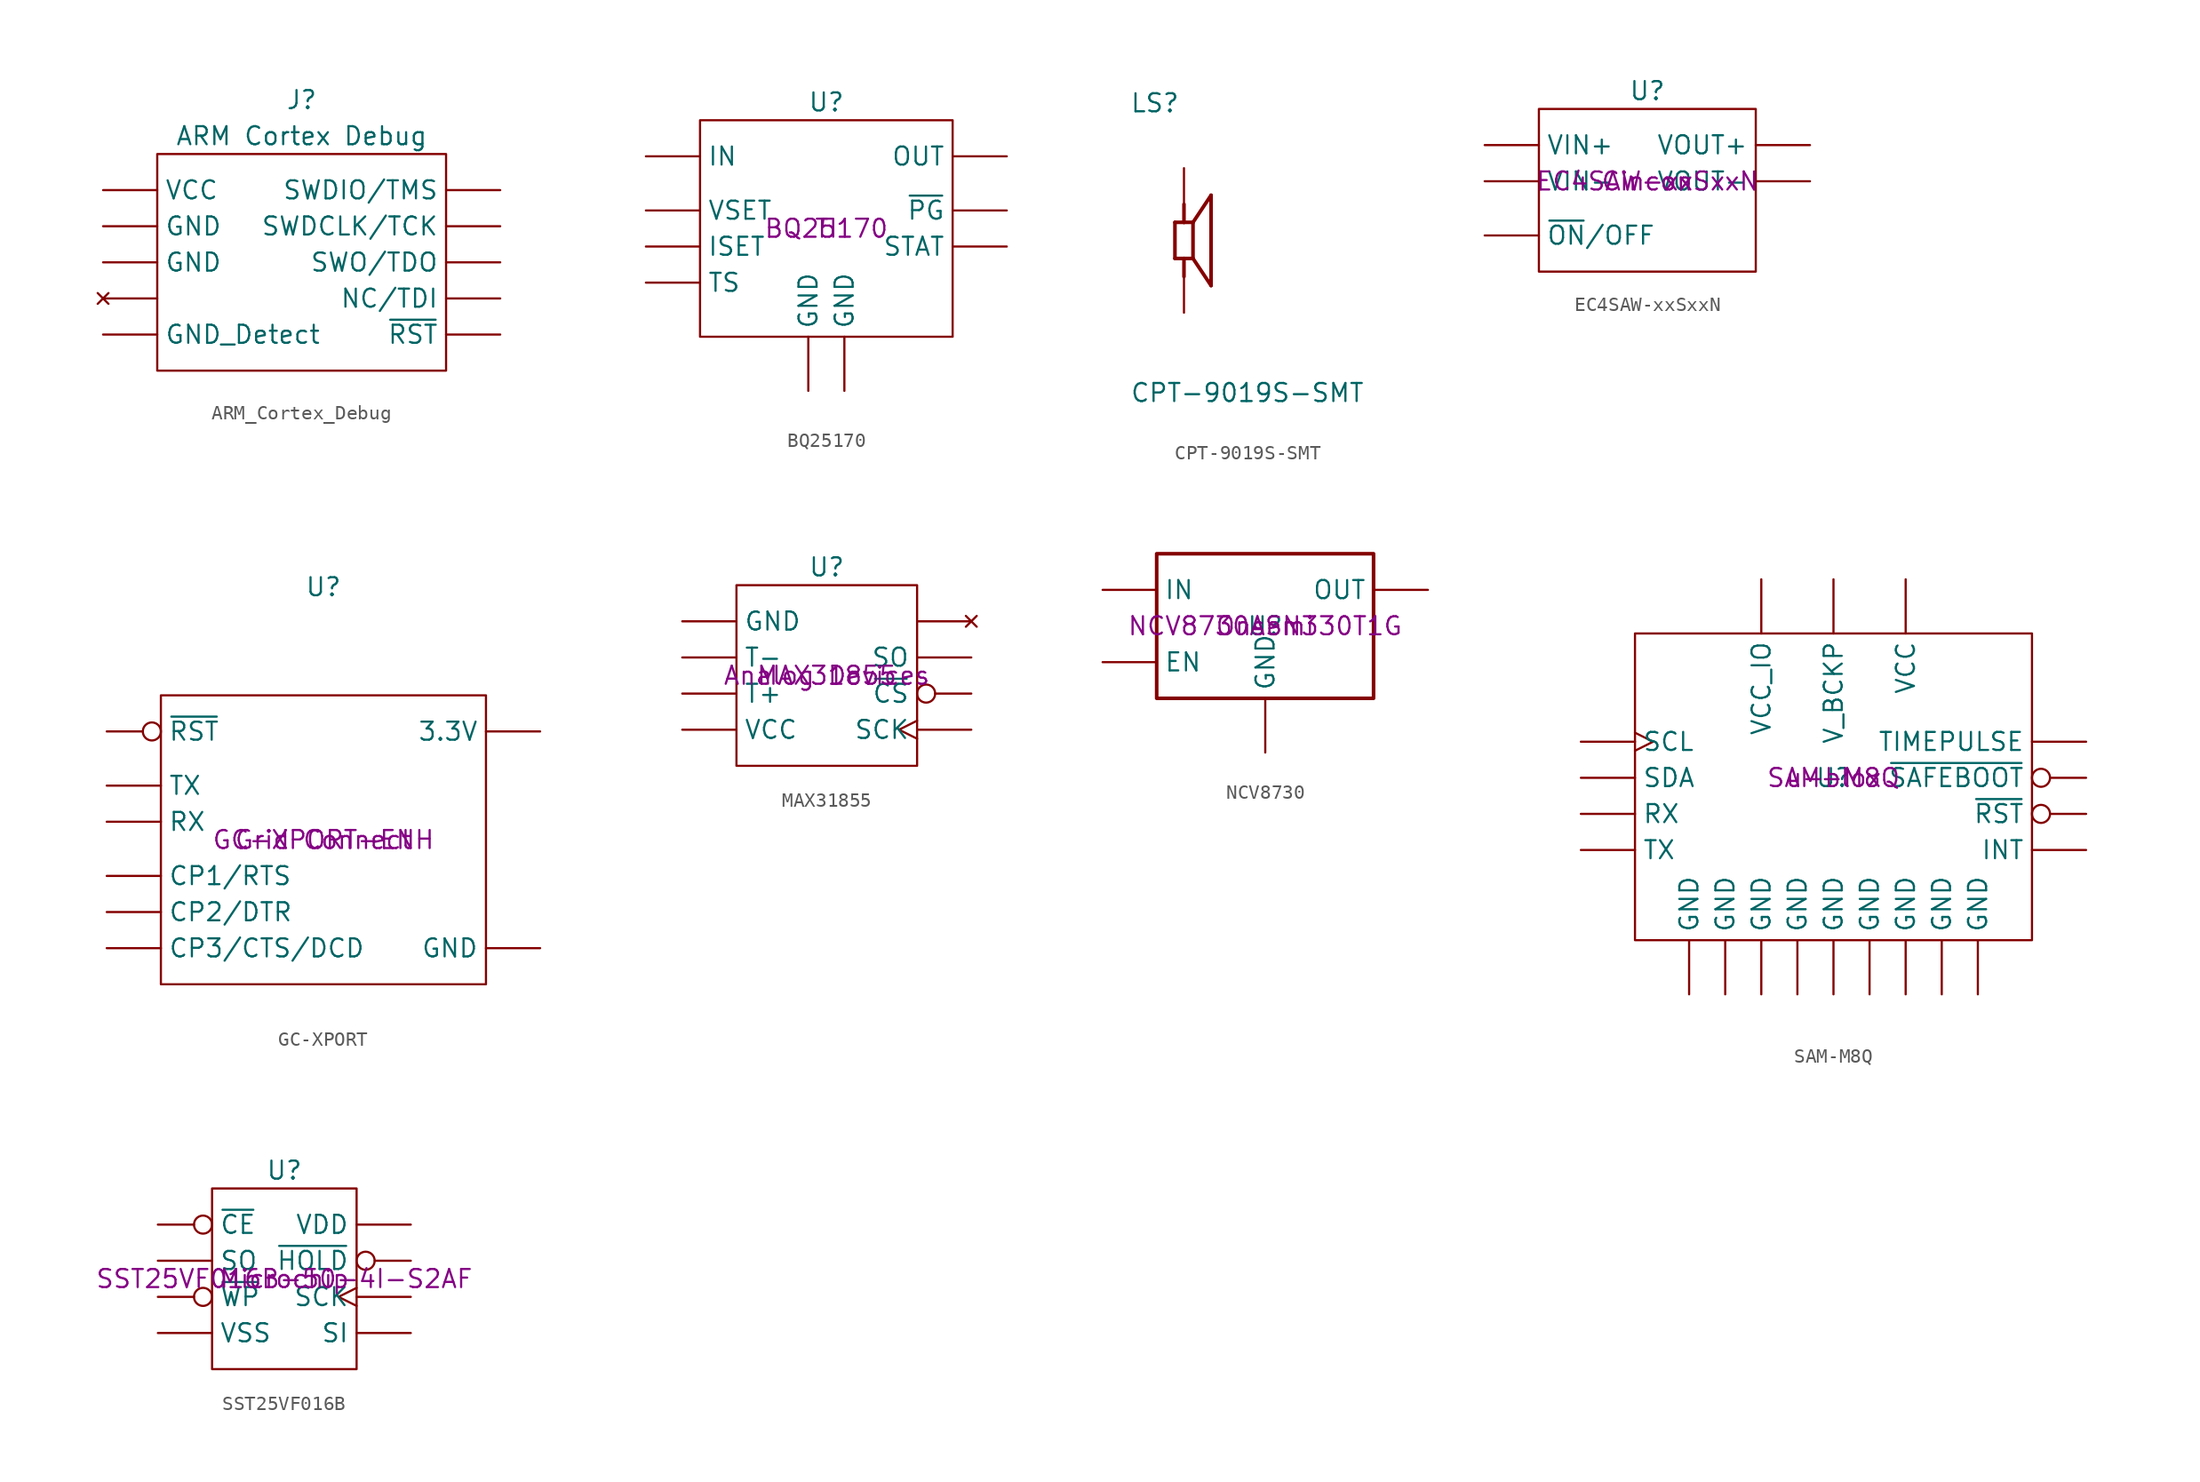
<source format=kicad_sym>
(kicad_symbol_lib
  (version 20220914)
  (generator kicad_symbol_editor)
  (symbol "ARM_Cortex_Debug"
    (pin_numbers hide)
    (property "Reference" "J"
      (at 0 11.43 0)
      (effects (font (size 1.27 1.27))))
    (property "Value" "ARM Cortex Debug"
      (at 0 8.89 0)
      (effects (font (size 1.27 1.27))))
    (symbol "ARM_Cortex_Debug_0_1"
      (rectangle (start -10.16 7.62) (end 10.16 -7.62) (stroke (width 0) (type default)) (fill (type none))))
    (symbol "ARM_Cortex_Debug_1_1"
      (pin passive line (at -13.97 5.08 0) (length 3.81) (name "VCC" (effects (font (size 1.27 1.27)))) (number "1" (effects (font (size 1.27 1.27)))))
      (pin passive line (at 13.97 -5.08 180) (length 3.81) (name "~{RST}" (effects (font (size 1.27 1.27)))) (number "10" (effects (font (size 1.27 1.27)))))
      (pin passive line (at 13.97 5.08 180) (length 3.81) (name "SWDIO/TMS" (effects (font (size 1.27 1.27)))) (number "2" (effects (font (size 1.27 1.27)))))
      (pin passive line (at -13.97 2.54 0) (length 3.81) (name "GND" (effects (font (size 1.27 1.27)))) (number "3" (effects (font (size 1.27 1.27)))))
      (pin passive line (at 13.97 2.54 180) (length 3.81) (name "SWDCLK/TCK" (effects (font (size 1.27 1.27)))) (number "4" (effects (font (size 1.27 1.27)))))
      (pin passive line (at -13.97 0 0) (length 3.81) (name "GND" (effects (font (size 1.27 1.27)))) (number "5" (effects (font (size 1.27 1.27)))))
      (pin passive line (at 13.97 0 180) (length 3.81) (name "SWO/TDO" (effects (font (size 1.27 1.27)))) (number "6" (effects (font (size 1.27 1.27)))))
      (pin no_connect line (at -13.97 -2.54 0) (length 3.81) (name "" (effects (font (size 1.27 1.27)))) (number "7" (effects (font (size 1.27 1.27)))))
      (pin passive line (at 13.97 -2.54 180) (length 3.81) (name "NC/TDI" (effects (font (size 1.27 1.27)))) (number "8" (effects (font (size 1.27 1.27)))))
      (pin passive line (at -13.97 -5.08 0) (length 3.81) (name "GND_Detect" (effects (font (size 1.27 1.27)))) (number "9" (effects (font (size 1.27 1.27)))))))
  (symbol "BQ25170"
    (pin_numbers hide)
    (property "Reference" "U"
      (at 0 8.89 0)
      (effects (font (size 1.27 1.27))))
    (property "Value" ""
      (at 0 1.27 0)
      (effects (font (size 1.27 1.27))))
    (property "Manufacturer" "TI"
      (at 0 0 0)
      (effects (font (size 1.27 1.27))))
    (property "Part #" "BQ25170"
      (at 0 0 0)
      (effects (font (size 1.27 1.27))))
    (symbol "BQ25170_0_1"
      (rectangle (start -8.89 7.62) (end 8.89 -7.62) (stroke (width 0) (type default)) (fill (type none))))
    (symbol "BQ25170_1_1"
      (pin power_in line (at -12.7 5.08 0) (length 3.81) (name "IN" (effects (font (size 1.27 1.27)))) (number "1" (effects (font (size 1.27 1.27)))))
      (pin input line (at -12.7 -1.27 0) (length 3.81) (name "ISET" (effects (font (size 1.27 1.27)))) (number "2" (effects (font (size 1.27 1.27)))))
      (pin input line (at -12.7 -3.81 0) (length 3.81) (name "TS" (effects (font (size 1.27 1.27)))) (number "3" (effects (font (size 1.27 1.27)))))
      (pin power_in line (at -1.27 -11.43 90) (length 3.81) (name "GND" (effects (font (size 1.27 1.27)))) (number "4" (effects (font (size 1.27 1.27)))))
      (pin output line (at 12.7 -1.27 180) (length 3.81) (name "STAT" (effects (font (size 1.27 1.27)))) (number "5" (effects (font (size 1.27 1.27)))))
      (pin output line (at 12.7 1.27 180) (length 3.81) (name "~{PG}" (effects (font (size 1.27 1.27)))) (number "6" (effects (font (size 1.27 1.27)))))
      (pin input line (at -12.7 1.27 0) (length 3.81) (name "VSET" (effects (font (size 1.27 1.27)))) (number "7" (effects (font (size 1.27 1.27)))))
      (pin power_out line (at 12.7 5.08 180) (length 3.81) (name "OUT" (effects (font (size 1.27 1.27)))) (number "8" (effects (font (size 1.27 1.27)))))
      (pin power_in line (at 1.27 -11.43 90) (length 3.81) (name "GND" (effects (font (size 1.27 1.27)))) (number "9" (effects (font (size 1.27 1.27)))))))
  (symbol "CPT-9019S-SMT"
    (pin_numbers hide)
    (pin_names
      (offset 1.016) hide)
    (property "Reference" "LS"
      (at -3.81 8.915 0)
      (effects (font (size 1.27 1.27)) (justify left bottom)))
    (property "Value" "CPT-9019S-SMT"
      (at -3.81 -11.455 0)
      (effects (font (size 1.27 1.27)) (justify left bottom)))
    (property "ki_locked" ""
      (at 0 0 0)
      (effects (font (size 1.27 1.27))))
    (symbol "CPT-9019S-SMT_0_0"
      (polyline (pts (xy -0.635 -1.27) (xy -0.635 1.27)) (stroke (width 0.254) (type solid)) (fill (type none)))
      (polyline (pts (xy -0.635 1.27) (xy 0 1.27)) (stroke (width 0.254) (type solid)) (fill (type none)))
      (polyline (pts (xy 0 -1.27) (xy -0.635 -1.27)) (stroke (width 0.254) (type solid)) (fill (type none)))
      (polyline (pts (xy 0 -1.27) (xy 0 -2.54)) (stroke (width 0.254) (type solid)) (fill (type none)))
      (polyline (pts (xy 0 1.27) (xy 0 2.54)) (stroke (width 0.254) (type solid)) (fill (type none)))
      (polyline (pts (xy 0 1.27) (xy 0.635 1.27)) (stroke (width 0.254) (type solid)) (fill (type none)))
      (polyline (pts (xy 0.635 -1.27) (xy 0 -1.27)) (stroke (width 0.254) (type solid)) (fill (type none)))
      (polyline (pts (xy 0.635 1.27) (xy 0.635 -1.27)) (stroke (width 0.254) (type solid)) (fill (type none)))
      (polyline (pts (xy 0.635 1.27) (xy 1.905 3.175)) (stroke (width 0.254) (type solid)) (fill (type none)))
      (polyline (pts (xy 1.905 -3.175) (xy 0.635 -1.27)) (stroke (width 0.254) (type solid)) (fill (type none)))
      (polyline (pts (xy 1.905 3.175) (xy 1.905 -3.175)) (stroke (width 0.254) (type solid)) (fill (type none)))
      (pin passive line (at 0 5.08 270) (length 2.54) (name "~" (effects (font (size 1.016 1.016)))) (number "1" (effects (font (size 1.016 1.016)))))
      (pin passive line (at 0 -5.08 90) (length 2.54) (name "~" (effects (font (size 1.016 1.016)))) (number "2" (effects (font (size 1.016 1.016)))))))
  (symbol "EC4SAW-xxSxxN"
    (pin_numbers hide)
    (property "Reference" "U"
      (at 0 6.35 0)
      (effects (font (size 1.27 1.27))))
    (property "Value" ""
      (at 0 -1.27 0)
      (effects (font (size 1.27 1.27))))
    (property "Manufacturer" "Cincon"
      (at 0 0 0)
      (effects (font (size 1.27 1.27))))
    (property "Part #" "EC4SAW-xxSxxN"
      (at 0 0 0)
      (effects (font (size 1.27 1.27))))
    (symbol "EC4SAW-xxSxxN_0_1"
      (rectangle (start -7.62 5.08) (end 7.62 -6.35) (stroke (width 0) (type default)) (fill (type none))))
    (symbol "EC4SAW-xxSxxN_1_1"
      (pin power_in line (at -11.43 0 0) (length 3.81) (name "VIN-" (effects (font (size 1.27 1.27)))) (number "1" (effects (font (size 1.27 1.27)))))
      (pin power_in line (at -11.43 2.54 0) (length 3.81) (name "VIN+" (effects (font (size 1.27 1.27)))) (number "2" (effects (font (size 1.27 1.27)))))
      (pin input line (at -11.43 -3.81 0) (length 3.81) (name "~{ON}/OFF" (effects (font (size 1.27 1.27)))) (number "3" (effects (font (size 1.27 1.27)))))
      (pin no_connect line (at 0 0 0) (length 3.81) hide (name "" (effects (font (size 1.27 1.27)))) (number "5" (effects (font (size 1.27 1.27)))))
      (pin power_out line (at 11.43 2.54 180) (length 3.81) (name "VOUT+" (effects (font (size 1.27 1.27)))) (number "6" (effects (font (size 1.27 1.27)))))
      (pin power_out line (at 11.43 0 180) (length 3.81) (name "VOUT-" (effects (font (size 1.27 1.27)))) (number "7" (effects (font (size 1.27 1.27)))))
      (pin no_connect line (at 0 0 0) (length 3.81) hide (name "" (effects (font (size 1.27 1.27)))) (number "8" (effects (font (size 1.27 1.27)))))))
  (symbol "GC-XPORT"
    (pin_numbers hide)
    (property "Reference" "U"
      (at 0 17.78 0)
      (effects (font (size 1.27 1.27))))
    (property "Value" ""
      (at 0 6.35 0)
      (effects (font (size 1.27 1.27))))
    (property "Manufacturer" "Grid Connect"
      (at 0 0 0)
      (effects (font (size 1.27 1.27))))
    (property "Part #" "GC-XPORT-ENH"
      (at 0 0 0)
      (effects (font (size 1.27 1.27))))
    (symbol "GC-XPORT_0_1"
      (rectangle (start -11.43 10.16) (end 11.43 -10.16) (stroke (width 0) (type default)) (fill (type none))))
    (symbol "GC-XPORT_1_1"
      (pin power_in line (at 15.24 -7.62 180) (length 3.81) (name "GND" (effects (font (size 1.27 1.27)))) (number "1" (effects (font (size 1.27 1.27)))))
      (pin power_in line (at 15.24 7.62 180) (length 3.81) (name "3.3V" (effects (font (size 1.27 1.27)))) (number "2" (effects (font (size 1.27 1.27)))))
      (pin input inverted (at -15.24 7.62 0) (length 3.81) (name "~{RST}" (effects (font (size 1.27 1.27)))) (number "3" (effects (font (size 1.27 1.27)))))
      (pin output line (at -15.24 3.81 0) (length 3.81) (name "TX" (effects (font (size 1.27 1.27)))) (number "4" (effects (font (size 1.27 1.27)))))
      (pin input line (at -15.24 1.27 0) (length 3.81) (name "RX" (effects (font (size 1.27 1.27)))) (number "5" (effects (font (size 1.27 1.27)))))
      (pin bidirectional line (at -15.24 -2.54 0) (length 3.81) (name "CP1/RTS" (effects (font (size 1.27 1.27)))) (number "6" (effects (font (size 1.27 1.27)))))
      (pin bidirectional line (at -15.24 -5.08 0) (length 3.81) (name "CP2/DTR" (effects (font (size 1.27 1.27)))) (number "7" (effects (font (size 1.27 1.27)))))
      (pin bidirectional line (at -15.24 -7.62 0) (length 3.81) (name "CP3/CTS/DCD" (effects (font (size 1.27 1.27)))) (number "8" (effects (font (size 1.27 1.27)))))))
  (symbol "MAX31855"
    (pin_numbers hide)
    (property "Reference" "U"
      (at 0 7.62 0)
      (effects (font (size 1.27 1.27))))
    (property "Value" ""
      (at 0 -2.54 0)
      (effects (font (size 1.27 1.27))))
    (property "Manufacturer" "Analog Devices"
      (at 0 0 0)
      (effects (font (size 1.27 1.27))))
    (property "Part #" "MAX31855"
      (at 0 0 0)
      (effects (font (size 1.27 1.27))))
    (symbol "MAX31855_0_1"
      (rectangle (start -6.35 6.35) (end 6.35 -6.35) (stroke (width 0) (type default)) (fill (type none))))
    (symbol "MAX31855_1_1"
      (pin power_in line (at -10.16 3.81 0) (length 3.81) (name "GND" (effects (font (size 1.27 1.27)))) (number "1" (effects (font (size 1.27 1.27)))))
      (pin input line (at -10.16 1.27 0) (length 3.81) (name "T-" (effects (font (size 1.27 1.27)))) (number "2" (effects (font (size 1.27 1.27)))))
      (pin input line (at -10.16 -1.27 0) (length 3.81) (name "T+" (effects (font (size 1.27 1.27)))) (number "3" (effects (font (size 1.27 1.27)))))
      (pin power_in line (at -10.16 -3.81 0) (length 3.81) (name "VCC" (effects (font (size 1.27 1.27)))) (number "4" (effects (font (size 1.27 1.27)))))
      (pin input clock (at 10.16 -3.81 180) (length 3.81) (name "SCK" (effects (font (size 1.27 1.27)))) (number "5" (effects (font (size 1.27 1.27)))))
      (pin input inverted (at 10.16 -1.27 180) (length 3.81) (name "~{CS}" (effects (font (size 1.27 1.27)))) (number "6" (effects (font (size 1.27 1.27)))))
      (pin output line (at 10.16 1.27 180) (length 3.81) (name "SO" (effects (font (size 1.27 1.27)))) (number "7" (effects (font (size 1.27 1.27)))))
      (pin no_connect line (at 10.16 3.81 180) (length 3.81) (name "" (effects (font (size 1.27 1.27)))) (number "8" (effects (font (size 1.27 1.27)))))))
  (symbol "NCV8730"
    (pin_numbers hide)
    (property "Reference" "U"
      (at -0.01 0 0)
      (effects (font (size 1.27 1.27))))
    (property "Value" ""
      (at -0.01 0 0)
      (effects (font (size 1.27 1.27))))
    (property "Manufacturer:" "Onsemi"
      (at -0.01 0 0)
      (effects (font (size 1.27 1.27))))
    (property "Part #:" "NCV8730ASN330T1G"
      (at -0.01 0 0)
      (effects (font (size 1.27 1.27))))
    (symbol "NCV8730_0_1"
      (rectangle (start -7.63 5.08) (end 7.61 -5.08) (stroke (width 0.254) (type default)) (fill (type none))))
    (symbol "NCV8730_1_1"
      (pin power_in line (at -11.43 2.54 0) (length 3.8) (name "IN" (effects (font (size 1.27 1.27)))) (number "1" (effects (font (size 1.27 1.27)))))
      (pin power_in line (at 0 -8.89 90) (length 3.8) (name "GND" (effects (font (size 1.27 1.27)))) (number "2" (effects (font (size 1.27 1.27)))))
      (pin input line (at -11.43 -2.54 0) (length 3.8) (name "EN" (effects (font (size 1.27 1.27)))) (number "3" (effects (font (size 1.27 1.27)))))
      (pin no_connect line (at 11.43 -2.54 180) (length 3.8) hide (name "NC" (effects (font (size 1.27 1.27)))) (number "4" (effects (font (size 1.27 1.27)))))
      (pin power_out line (at 11.43 2.54 180) (length 3.8) (name "OUT" (effects (font (size 1.27 1.27)))) (number "5" (effects (font (size 1.27 1.27)))))))
  (symbol "SAM-M8Q"
    (pin_numbers hide)
    (property "Reference" "U"
      (at 0 0 0)
      (effects (font (size 1.27 1.27))))
    (property "Value" ""
      (at 0 -1.27 0)
      (effects (font (size 1.27 1.27))))
    (property "Manufacturer" "u-blox"
      (at 0 0 0)
      (effects (font (size 1.27 1.27))))
    (property "Part #" "SAM-M8Q"
      (at 0 0 0)
      (effects (font (size 1.27 1.27))))
    (symbol "SAM-M8Q_0_1"
      (rectangle (start -13.97 10.16) (end 13.97 -11.43) (stroke (width 0) (type default)) (fill (type none))))
    (symbol "SAM-M8Q_1_1"
      (pin power_in line (at -10.16 -15.24 90) (length 3.81) (name "GND" (effects (font (size 1.27 1.27)))) (number "1" (effects (font (size 1.27 1.27)))))
      (pin power_in line (at 0 -15.24 90) (length 3.81) (name "GND" (effects (font (size 1.27 1.27)))) (number "10" (effects (font (size 1.27 1.27)))))
      (pin power_in line (at 2.54 -15.24 90) (length 3.81) (name "GND" (effects (font (size 1.27 1.27)))) (number "11" (effects (font (size 1.27 1.27)))))
      (pin input clock (at -17.78 2.54 0) (length 3.81) (name "SCL" (effects (font (size 1.27 1.27)))) (number "12" (effects (font (size 1.27 1.27)))))
      (pin output line (at -17.78 -5.08 0) (length 3.81) (name "TX" (effects (font (size 1.27 1.27)))) (number "13" (effects (font (size 1.27 1.27)))))
      (pin input line (at -17.78 -2.54 0) (length 3.81) (name "RX" (effects (font (size 1.27 1.27)))) (number "14" (effects (font (size 1.27 1.27)))))
      (pin power_in line (at 5.08 -15.24 90) (length 3.81) (name "GND" (effects (font (size 1.27 1.27)))) (number "15" (effects (font (size 1.27 1.27)))))
      (pin power_in line (at 7.62 -15.24 90) (length 3.81) (name "GND" (effects (font (size 1.27 1.27)))) (number "16" (effects (font (size 1.27 1.27)))))
      (pin power_in line (at 5.08 13.97 270) (length 3.81) (name "VCC" (effects (font (size 1.27 1.27)))) (number "17" (effects (font (size 1.27 1.27)))))
      (pin input inverted (at 17.78 -2.54 180) (length 3.81) (name "~{RST}" (effects (font (size 1.27 1.27)))) (number "18" (effects (font (size 1.27 1.27)))))
      (pin input line (at 17.78 -5.08 180) (length 3.81) (name "INT" (effects (font (size 1.27 1.27)))) (number "19" (effects (font (size 1.27 1.27)))))
      (pin power_in line (at -5.08 13.97 270) (length 3.81) (name "VCC_IO" (effects (font (size 1.27 1.27)))) (number "2" (effects (font (size 1.27 1.27)))))
      (pin power_in line (at 10.16 -15.24 90) (length 3.81) (name "GND" (effects (font (size 1.27 1.27)))) (number "20" (effects (font (size 1.27 1.27)))))
      (pin power_in line (at 0 13.97 270) (length 3.81) (name "V_BCKP" (effects (font (size 1.27 1.27)))) (number "3" (effects (font (size 1.27 1.27)))))
      (pin power_in line (at -7.62 -15.24 90) (length 3.81) (name "GND" (effects (font (size 1.27 1.27)))) (number "4" (effects (font (size 1.27 1.27)))))
      (pin power_in line (at -5.08 -15.24 90) (length 3.81) (name "GND" (effects (font (size 1.27 1.27)))) (number "5" (effects (font (size 1.27 1.27)))))
      (pin power_in line (at -2.54 -15.24 90) (length 3.81) (name "GND" (effects (font (size 1.27 1.27)))) (number "6" (effects (font (size 1.27 1.27)))))
      (pin output line (at 17.78 2.54 180) (length 3.81) (name "TIMEPULSE" (effects (font (size 1.27 1.27)))) (number "7" (effects (font (size 1.27 1.27)))))
      (pin input inverted (at 17.78 0 180) (length 3.81) (name "~{SAFEBOOT}" (effects (font (size 1.27 1.27)))) (number "8" (effects (font (size 1.27 1.27)))))
      (pin bidirectional line (at -17.78 0 0) (length 3.81) (name "SDA" (effects (font (size 1.27 1.27)))) (number "9" (effects (font (size 1.27 1.27)))))))
  (symbol "SST25VF016B"
    (pin_numbers hide)
    (property "Reference" "U"
      (at 0 7.62 0)
      (effects (font (size 1.27 1.27))))
    (property "Value" ""
      (at 0 0 0)
      (effects (font (size 1.27 1.27))))
    (property "Manufacturer" "Microchip"
      (at 0 0 0)
      (effects (font (size 1.27 1.27))))
    (property "Part #" "SST25VF016B-50-4I-S2AF"
      (at 0 0 0)
      (effects (font (size 1.27 1.27))))
    (symbol "SST25VF016B_0_1"
      (rectangle (start -5.08 6.35) (end 5.08 -6.35) (stroke (width 0) (type default)) (fill (type none))))
    (symbol "SST25VF016B_1_1"
      (pin input inverted (at -8.89 3.81 0) (length 3.81) (name "~{CE}" (effects (font (size 1.27 1.27)))) (number "1" (effects (font (size 1.27 1.27)))))
      (pin output line (at -8.89 1.27 0) (length 3.81) (name "SO" (effects (font (size 1.27 1.27)))) (number "2" (effects (font (size 1.27 1.27)))))
      (pin input inverted (at -8.89 -1.27 0) (length 3.81) (name "~{WP}" (effects (font (size 1.27 1.27)))) (number "3" (effects (font (size 1.27 1.27)))))
      (pin power_in line (at -8.89 -3.81 0) (length 3.81) (name "VSS" (effects (font (size 1.27 1.27)))) (number "4" (effects (font (size 1.27 1.27)))))
      (pin input line (at 8.89 -3.81 180) (length 3.81) (name "SI" (effects (font (size 1.27 1.27)))) (number "5" (effects (font (size 1.27 1.27)))))
      (pin input clock (at 8.89 -1.27 180) (length 3.81) (name "SCK" (effects (font (size 1.27 1.27)))) (number "6" (effects (font (size 1.27 1.27)))))
      (pin input inverted (at 8.89 1.27 180) (length 3.81) (name "~{HOLD}" (effects (font (size 1.27 1.27)))) (number "7" (effects (font (size 1.27 1.27)))))
      (pin power_in line (at 8.89 3.81 180) (length 3.81) (name "VDD" (effects (font (size 1.27 1.27)))) (number "8" (effects (font (size 1.27 1.27))))))))
</source>
